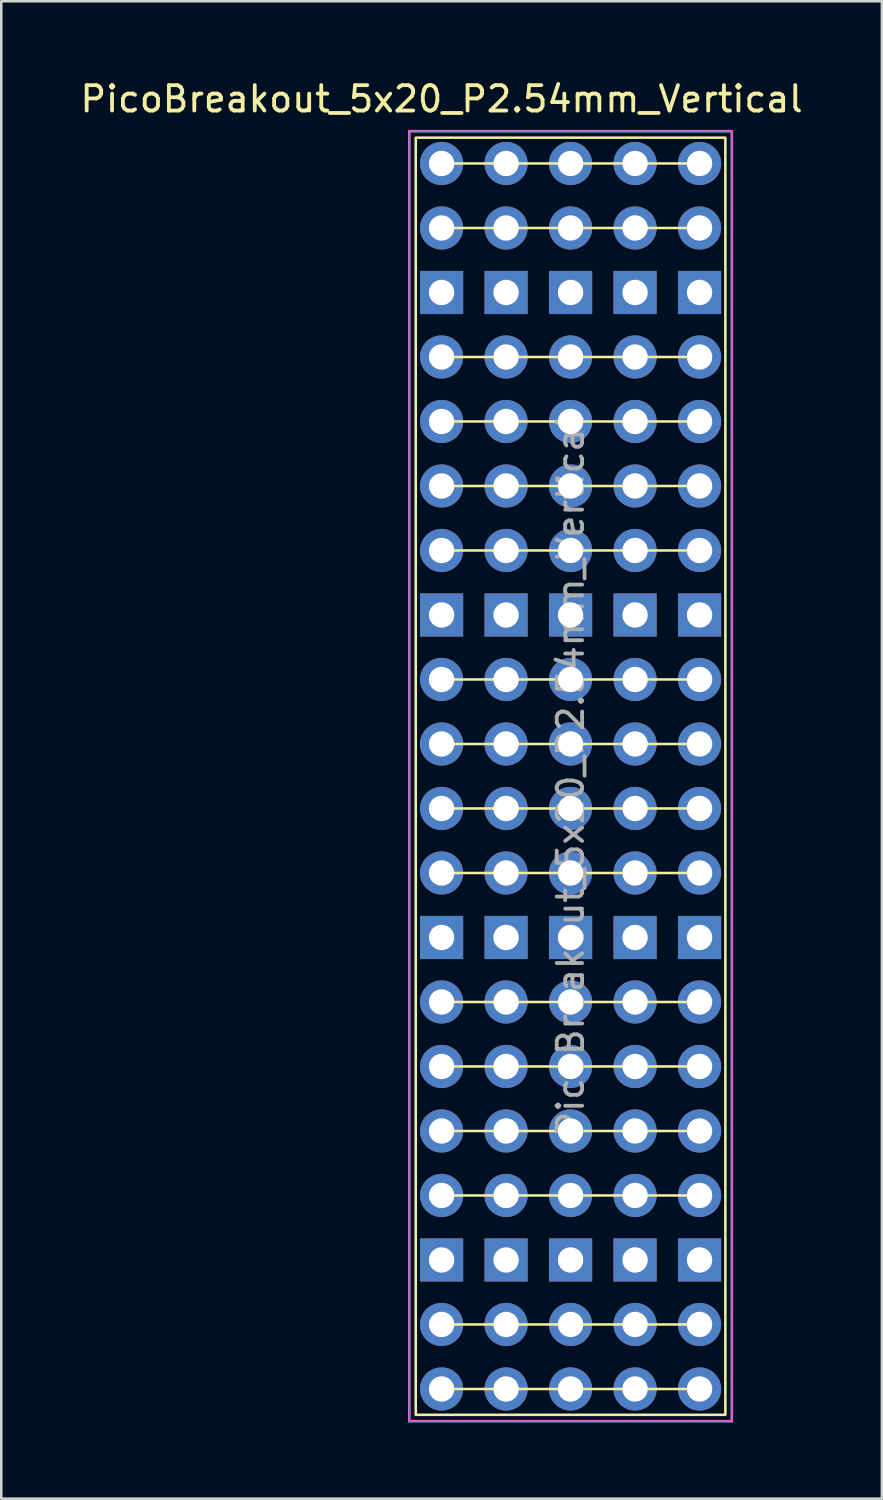
<source format=kicad_pcb>
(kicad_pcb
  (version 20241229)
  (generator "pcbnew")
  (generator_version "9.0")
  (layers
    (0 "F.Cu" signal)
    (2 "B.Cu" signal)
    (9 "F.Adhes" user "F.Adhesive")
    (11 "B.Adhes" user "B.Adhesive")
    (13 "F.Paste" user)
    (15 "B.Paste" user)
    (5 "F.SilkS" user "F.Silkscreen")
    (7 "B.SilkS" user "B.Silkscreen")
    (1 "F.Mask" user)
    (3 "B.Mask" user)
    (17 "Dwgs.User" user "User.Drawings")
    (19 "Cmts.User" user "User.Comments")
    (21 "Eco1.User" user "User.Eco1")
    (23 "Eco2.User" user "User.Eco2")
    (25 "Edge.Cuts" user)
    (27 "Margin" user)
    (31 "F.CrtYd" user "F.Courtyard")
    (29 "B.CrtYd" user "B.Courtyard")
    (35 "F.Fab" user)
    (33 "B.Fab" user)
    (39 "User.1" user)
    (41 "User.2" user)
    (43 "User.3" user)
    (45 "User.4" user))
  (footprint "PicoBreakout_5x20_P2.54mm_Vertical"
    (layer "F.Cu")
    (at 14.339 3.388)
    (property "Reference" "PicoBreakout_5x20_P2.54mm_Vertical" (at 0 -2.54 0) (layer "F.SilkS") (effects (font (size 1 1) (thickness 0.15))))
    (attr through_hole)
    (fp_line (start 0 0) (end 10.16 0) (stroke (width 0.1) (type default)) (layer "F.SilkS"))
    (fp_line (start 0 2.54) (end 10.16 2.54) (stroke (width 0.1) (type default)) (layer "F.SilkS"))
    (fp_line (start 0 7.62) (end 10.16 7.62) (stroke (width 0.1) (type default)) (layer "F.SilkS"))
    (fp_line (start 0 10.16) (end 10.16 10.16) (stroke (width 0.1) (type default)) (layer "F.SilkS"))
    (fp_line (start 0 12.7) (end 10.16 12.7) (stroke (width 0.1) (type default)) (layer "F.SilkS"))
    (fp_line (start 0 15.24) (end 10.16 15.24) (stroke (width 0.1) (type default)) (layer "F.SilkS"))
    (fp_line (start 0 20.32) (end 10.16 20.32) (stroke (width 0.1) (type default)) (layer "F.SilkS"))
    (fp_line (start 0 22.86) (end 10.16 22.86) (stroke (width 0.1) (type default)) (layer "F.SilkS"))
    (fp_line (start 0 25.4) (end 10.16 25.4) (stroke (width 0.1) (type default)) (layer "F.SilkS"))
    (fp_line (start 0 27.94) (end 10.16 27.94) (stroke (width 0.1) (type default)) (layer "F.SilkS"))
    (fp_line (start 0 33.02) (end 10.16 33.02) (stroke (width 0.1) (type default)) (layer "F.SilkS"))
    (fp_line (start 0 35.56) (end 10.16 35.56) (stroke (width 0.1) (type default)) (layer "F.SilkS"))
    (fp_line (start 0 38.1) (end 10.16 38.1) (stroke (width 0.1) (type default)) (layer "F.SilkS"))
    (fp_line (start 0 40.64) (end 10.16 40.64) (stroke (width 0.1) (type default)) (layer "F.SilkS"))
    (fp_line (start 0 45.72) (end 10.16 45.72) (stroke (width 0.1) (type default)) (layer "F.SilkS"))
    (fp_line (start 0 48.26) (end 10.16 48.26) (stroke (width 0.1) (type default)) (layer "F.SilkS"))
    (fp_rect (start -1.016 -1.016) (end 11.176 49.276) (stroke (width 0.1) (type default)) (fill no) (layer "F.SilkS"))
    (fp_line (start -1.27 -1.27) (end 11.43 -1.27) (stroke (width 0.05) (type solid)) (layer "F.CrtYd"))
    (fp_line (start -1.27 49.53) (end -1.27 -1.27) (stroke (width 0.05) (type solid)) (layer "F.CrtYd"))
    (fp_line (start -1.27 49.53) (end 11.43 49.53) (stroke (width 0.05) (type solid)) (layer "F.CrtYd"))
    (fp_line (start 11.43 -1.27) (end 11.43 49.53) (stroke (width 0.05) (type solid)) (layer "F.CrtYd"))
    (fp_line (start -1.27 -1.27) (end -1.27 49.53) (stroke (width 0.1) (type solid)) (layer "F.Fab"))
    (fp_line (start -1.27 -1.27) (end 11.43 -1.27) (stroke (width 0.1) (type solid)) (layer "F.Fab"))
    (fp_line (start -1.27 49.53) (end 11.43 49.53) (stroke (width 0.1) (type solid)) (layer "F.Fab"))
    (fp_line (start 11.43 -1.27) (end 11.43 49.53) (stroke (width 0.1) (type solid)) (layer "F.Fab"))
    (fp_text user "${REFERENCE}" (at 5.08 24.13 90) (layer "F.Fab") (effects (font (size 1 1) (thickness 0.15))))
    (pad "1" thru_hole circle (at 0 0) (size 1.7 1.7) (drill 1) (layers "*.Cu" "*.Mask"))
    (pad "1" thru_hole circle (at 2.54 0) (size 1.7 1.7) (drill 1) (layers "*.Cu" "*.Mask"))
    (pad "1" thru_hole circle (at 5.08 0) (size 1.7 1.7) (drill 1) (layers "*.Cu" "*.Mask"))
    (pad "1" thru_hole circle (at 7.62 0) (size 1.7 1.7) (drill 1) (layers "*.Cu" "*.Mask"))
    (pad "1" thru_hole circle (at 10.16 0) (size 1.7 1.7) (drill 1) (layers "*.Cu" "*.Mask"))
    (pad "2" thru_hole oval (at 0 2.54) (size 1.7 1.7) (drill 1) (layers "*.Cu" "*.Mask"))
    (pad "2" thru_hole oval (at 2.54 2.54) (size 1.7 1.7) (drill 1) (layers "*.Cu" "*.Mask"))
    (pad "2" thru_hole oval (at 5.08 2.54) (size 1.7 1.7) (drill 1) (layers "*.Cu" "*.Mask"))
    (pad "2" thru_hole oval (at 7.62 2.54) (size 1.7 1.7) (drill 1) (layers "*.Cu" "*.Mask"))
    (pad "2" thru_hole oval (at 10.16 2.54) (size 1.7 1.7) (drill 1) (layers "*.Cu" "*.Mask"))
    (pad "3" thru_hole rect (at 0 5.08) (size 1.7 1.7) (drill 1) (layers "*.Cu" "*.Mask"))
    (pad "3" thru_hole rect (at 2.54 5.08) (size 1.7 1.7) (drill 1) (layers "*.Cu" "*.Mask"))
    (pad "3" thru_hole rect (at 5.08 5.08) (size 1.7 1.7) (drill 1) (layers "*.Cu" "*.Mask"))
    (pad "3" thru_hole rect (at 7.62 5.08) (size 1.7 1.7) (drill 1) (layers "*.Cu" "*.Mask"))
    (pad "3" thru_hole rect (at 10.16 5.08) (size 1.7 1.7) (drill 1) (layers "*.Cu" "*.Mask"))
    (pad "4" thru_hole oval (at 0 7.62) (size 1.7 1.7) (drill 1) (layers "*.Cu" "*.Mask"))
    (pad "4" thru_hole oval (at 2.54 7.62) (size 1.7 1.7) (drill 1) (layers "*.Cu" "*.Mask"))
    (pad "4" thru_hole oval (at 5.08 7.62) (size 1.7 1.7) (drill 1) (layers "*.Cu" "*.Mask"))
    (pad "4" thru_hole oval (at 7.62 7.62) (size 1.7 1.7) (drill 1) (layers "*.Cu" "*.Mask"))
    (pad "4" thru_hole oval (at 10.16 7.62) (size 1.7 1.7) (drill 1) (layers "*.Cu" "*.Mask"))
    (pad "5" thru_hole oval (at 0 10.16) (size 1.7 1.7) (drill 1) (layers "*.Cu" "*.Mask"))
    (pad "5" thru_hole oval (at 2.54 10.16) (size 1.7 1.7) (drill 1) (layers "*.Cu" "*.Mask"))
    (pad "5" thru_hole oval (at 5.08 10.16) (size 1.7 1.7) (drill 1) (layers "*.Cu" "*.Mask"))
    (pad "5" thru_hole oval (at 7.62 10.16) (size 1.7 1.7) (drill 1) (layers "*.Cu" "*.Mask"))
    (pad "5" thru_hole oval (at 10.16 10.16) (size 1.7 1.7) (drill 1) (layers "*.Cu" "*.Mask"))
    (pad "6" thru_hole oval (at 0 12.7) (size 1.7 1.7) (drill 1) (layers "*.Cu" "*.Mask"))
    (pad "6" thru_hole oval (at 2.54 12.7) (size 1.7 1.7) (drill 1) (layers "*.Cu" "*.Mask"))
    (pad "6" thru_hole oval (at 5.08 12.7) (size 1.7 1.7) (drill 1) (layers "*.Cu" "*.Mask"))
    (pad "6" thru_hole oval (at 7.62 12.7) (size 1.7 1.7) (drill 1) (layers "*.Cu" "*.Mask"))
    (pad "6" thru_hole oval (at 10.16 12.7) (size 1.7 1.7) (drill 1) (layers "*.Cu" "*.Mask"))
    (pad "7" thru_hole oval (at 0 15.24) (size 1.7 1.7) (drill 1) (layers "*.Cu" "*.Mask"))
    (pad "7" thru_hole oval (at 2.54 15.24) (size 1.7 1.7) (drill 1) (layers "*.Cu" "*.Mask"))
    (pad "7" thru_hole oval (at 5.08 15.24) (size 1.7 1.7) (drill 1) (layers "*.Cu" "*.Mask"))
    (pad "7" thru_hole oval (at 7.62 15.24) (size 1.7 1.7) (drill 1) (layers "*.Cu" "*.Mask"))
    (pad "7" thru_hole oval (at 10.16 15.24) (size 1.7 1.7) (drill 1) (layers "*.Cu" "*.Mask"))
    (pad "8" thru_hole rect (at 0 17.78) (size 1.7 1.7) (drill 1) (layers "*.Cu" "*.Mask"))
    (pad "8" thru_hole rect (at 2.54 17.78) (size 1.7 1.7) (drill 1) (layers "*.Cu" "*.Mask"))
    (pad "8" thru_hole rect (at 5.08 17.78) (size 1.7 1.7) (drill 1) (layers "*.Cu" "*.Mask"))
    (pad "8" thru_hole rect (at 7.62 17.78) (size 1.7 1.7) (drill 1) (layers "*.Cu" "*.Mask"))
    (pad "8" thru_hole rect (at 10.16 17.78) (size 1.7 1.7) (drill 1) (layers "*.Cu" "*.Mask"))
    (pad "9" thru_hole oval (at 0 20.32) (size 1.7 1.7) (drill 1) (layers "*.Cu" "*.Mask"))
    (pad "9" thru_hole oval (at 2.54 20.32) (size 1.7 1.7) (drill 1) (layers "*.Cu" "*.Mask"))
    (pad "9" thru_hole oval (at 5.08 20.32) (size 1.7 1.7) (drill 1) (layers "*.Cu" "*.Mask"))
    (pad "9" thru_hole oval (at 7.62 20.32) (size 1.7 1.7) (drill 1) (layers "*.Cu" "*.Mask"))
    (pad "9" thru_hole oval (at 10.16 20.32) (size 1.7 1.7) (drill 1) (layers "*.Cu" "*.Mask"))
    (pad "10" thru_hole oval (at 0 22.86) (size 1.7 1.7) (drill 1) (layers "*.Cu" "*.Mask"))
    (pad "10" thru_hole oval (at 2.54 22.86) (size 1.7 1.7) (drill 1) (layers "*.Cu" "*.Mask"))
    (pad "10" thru_hole oval (at 5.08 22.86) (size 1.7 1.7) (drill 1) (layers "*.Cu" "*.Mask"))
    (pad "10" thru_hole oval (at 7.62 22.86) (size 1.7 1.7) (drill 1) (layers "*.Cu" "*.Mask"))
    (pad "10" thru_hole oval (at 10.16 22.86) (size 1.7 1.7) (drill 1) (layers "*.Cu" "*.Mask"))
    (pad "11" thru_hole oval (at 0 25.4) (size 1.7 1.7) (drill 1) (layers "*.Cu" "*.Mask"))
    (pad "11" thru_hole oval (at 2.54 25.4) (size 1.7 1.7) (drill 1) (layers "*.Cu" "*.Mask"))
    (pad "11" thru_hole oval (at 5.08 25.4) (size 1.7 1.7) (drill 1) (layers "*.Cu" "*.Mask"))
    (pad "11" thru_hole oval (at 7.62 25.4) (size 1.7 1.7) (drill 1) (layers "*.Cu" "*.Mask"))
    (pad "11" thru_hole oval (at 10.16 25.4) (size 1.7 1.7) (drill 1) (layers "*.Cu" "*.Mask"))
    (pad "12" thru_hole oval (at 0 27.94) (size 1.7 1.7) (drill 1) (layers "*.Cu" "*.Mask"))
    (pad "12" thru_hole oval (at 2.54 27.94) (size 1.7 1.7) (drill 1) (layers "*.Cu" "*.Mask"))
    (pad "12" thru_hole oval (at 5.08 27.94) (size 1.7 1.7) (drill 1) (layers "*.Cu" "*.Mask"))
    (pad "12" thru_hole oval (at 7.62 27.94) (size 1.7 1.7) (drill 1) (layers "*.Cu" "*.Mask"))
    (pad "12" thru_hole oval (at 10.16 27.94) (size 1.7 1.7) (drill 1) (layers "*.Cu" "*.Mask"))
    (pad "13" thru_hole rect (at 0 30.48) (size 1.7 1.7) (drill 1) (layers "*.Cu" "*.Mask"))
    (pad "13" thru_hole rect (at 2.54 30.48) (size 1.7 1.7) (drill 1) (layers "*.Cu" "*.Mask"))
    (pad "13" thru_hole rect (at 5.08 30.48) (size 1.7 1.7) (drill 1) (layers "*.Cu" "*.Mask"))
    (pad "13" thru_hole rect (at 7.62 30.48) (size 1.7 1.7) (drill 1) (layers "*.Cu" "*.Mask"))
    (pad "13" thru_hole rect (at 10.16 30.48) (size 1.7 1.7) (drill 1) (layers "*.Cu" "*.Mask"))
    (pad "14" thru_hole oval (at 0 33.02) (size 1.7 1.7) (drill 1) (layers "*.Cu" "*.Mask"))
    (pad "14" thru_hole oval (at 2.54 33.02) (size 1.7 1.7) (drill 1) (layers "*.Cu" "*.Mask"))
    (pad "14" thru_hole oval (at 5.08 33.02) (size 1.7 1.7) (drill 1) (layers "*.Cu" "*.Mask"))
    (pad "14" thru_hole oval (at 7.62 33.02) (size 1.7 1.7) (drill 1) (layers "*.Cu" "*.Mask"))
    (pad "14" thru_hole oval (at 10.16 33.02) (size 1.7 1.7) (drill 1) (layers "*.Cu" "*.Mask"))
    (pad "15" thru_hole oval (at 0 35.56) (size 1.7 1.7) (drill 1) (layers "*.Cu" "*.Mask"))
    (pad "15" thru_hole oval (at 2.54 35.56) (size 1.7 1.7) (drill 1) (layers "*.Cu" "*.Mask"))
    (pad "15" thru_hole oval (at 5.08 35.56) (size 1.7 1.7) (drill 1) (layers "*.Cu" "*.Mask"))
    (pad "15" thru_hole oval (at 7.62 35.56) (size 1.7 1.7) (drill 1) (layers "*.Cu" "*.Mask"))
    (pad "15" thru_hole oval (at 10.16 35.56) (size 1.7 1.7) (drill 1) (layers "*.Cu" "*.Mask"))
    (pad "16" thru_hole oval (at 0 38.1) (size 1.7 1.7) (drill 1) (layers "*.Cu" "*.Mask"))
    (pad "16" thru_hole oval (at 2.54 38.1) (size 1.7 1.7) (drill 1) (layers "*.Cu" "*.Mask"))
    (pad "16" thru_hole oval (at 5.08 38.1) (size 1.7 1.7) (drill 1) (layers "*.Cu" "*.Mask"))
    (pad "16" thru_hole oval (at 7.62 38.1) (size 1.7 1.7) (drill 1) (layers "*.Cu" "*.Mask"))
    (pad "16" thru_hole oval (at 10.16 38.1) (size 1.7 1.7) (drill 1) (layers "*.Cu" "*.Mask"))
    (pad "17" thru_hole oval (at 0 40.64) (size 1.7 1.7) (drill 1) (layers "*.Cu" "*.Mask"))
    (pad "17" thru_hole oval (at 2.54 40.64) (size 1.7 1.7) (drill 1) (layers "*.Cu" "*.Mask"))
    (pad "17" thru_hole oval (at 5.08 40.64) (size 1.7 1.7) (drill 1) (layers "*.Cu" "*.Mask"))
    (pad "17" thru_hole oval (at 7.62 40.64) (size 1.7 1.7) (drill 1) (layers "*.Cu" "*.Mask"))
    (pad "17" thru_hole oval (at 10.16 40.64) (size 1.7 1.7) (drill 1) (layers "*.Cu" "*.Mask"))
    (pad "18" thru_hole rect (at 0 43.18) (size 1.7 1.7) (drill 1) (layers "*.Cu" "*.Mask"))
    (pad "18" thru_hole rect (at 2.54 43.18) (size 1.7 1.7) (drill 1) (layers "*.Cu" "*.Mask"))
    (pad "18" thru_hole rect (at 5.08 43.18) (size 1.7 1.7) (drill 1) (layers "*.Cu" "*.Mask"))
    (pad "18" thru_hole rect (at 7.62 43.18) (size 1.7 1.7) (drill 1) (layers "*.Cu" "*.Mask"))
    (pad "18" thru_hole rect (at 10.16 43.18) (size 1.7 1.7) (drill 1) (layers "*.Cu" "*.Mask"))
    (pad "19" thru_hole oval (at 0 45.72) (size 1.7 1.7) (drill 1) (layers "*.Cu" "*.Mask"))
    (pad "19" thru_hole oval (at 2.54 45.72) (size 1.7 1.7) (drill 1) (layers "*.Cu" "*.Mask"))
    (pad "19" thru_hole oval (at 5.08 45.72) (size 1.7 1.7) (drill 1) (layers "*.Cu" "*.Mask"))
    (pad "19" thru_hole oval (at 7.62 45.72) (size 1.7 1.7) (drill 1) (layers "*.Cu" "*.Mask"))
    (pad "19" thru_hole oval (at 10.16 45.72) (size 1.7 1.7) (drill 1) (layers "*.Cu" "*.Mask"))
    (pad "20" thru_hole oval (at 0 48.26) (size 1.7 1.7) (drill 1) (layers "*.Cu" "*.Mask"))
    (pad "20" thru_hole oval (at 2.54 48.26) (size 1.7 1.7) (drill 1) (layers "*.Cu" "*.Mask"))
    (pad "20" thru_hole oval (at 5.08 48.26) (size 1.7 1.7) (drill 1) (layers "*.Cu" "*.Mask"))
    (pad "20" thru_hole oval (at 7.62 48.26) (size 1.7 1.7) (drill 1) (layers "*.Cu" "*.Mask"))
    (pad "20" thru_hole oval (at 10.16 48.26) (size 1.7 1.7) (drill 1) (layers "*.Cu" "*.Mask")))
  (gr_rect
    (start -3 -3)
    (end 31.679 55.968)
    (stroke (width 0.1) (type default))
    (fill no)
    (layer "Edge.Cuts")))
</source>
